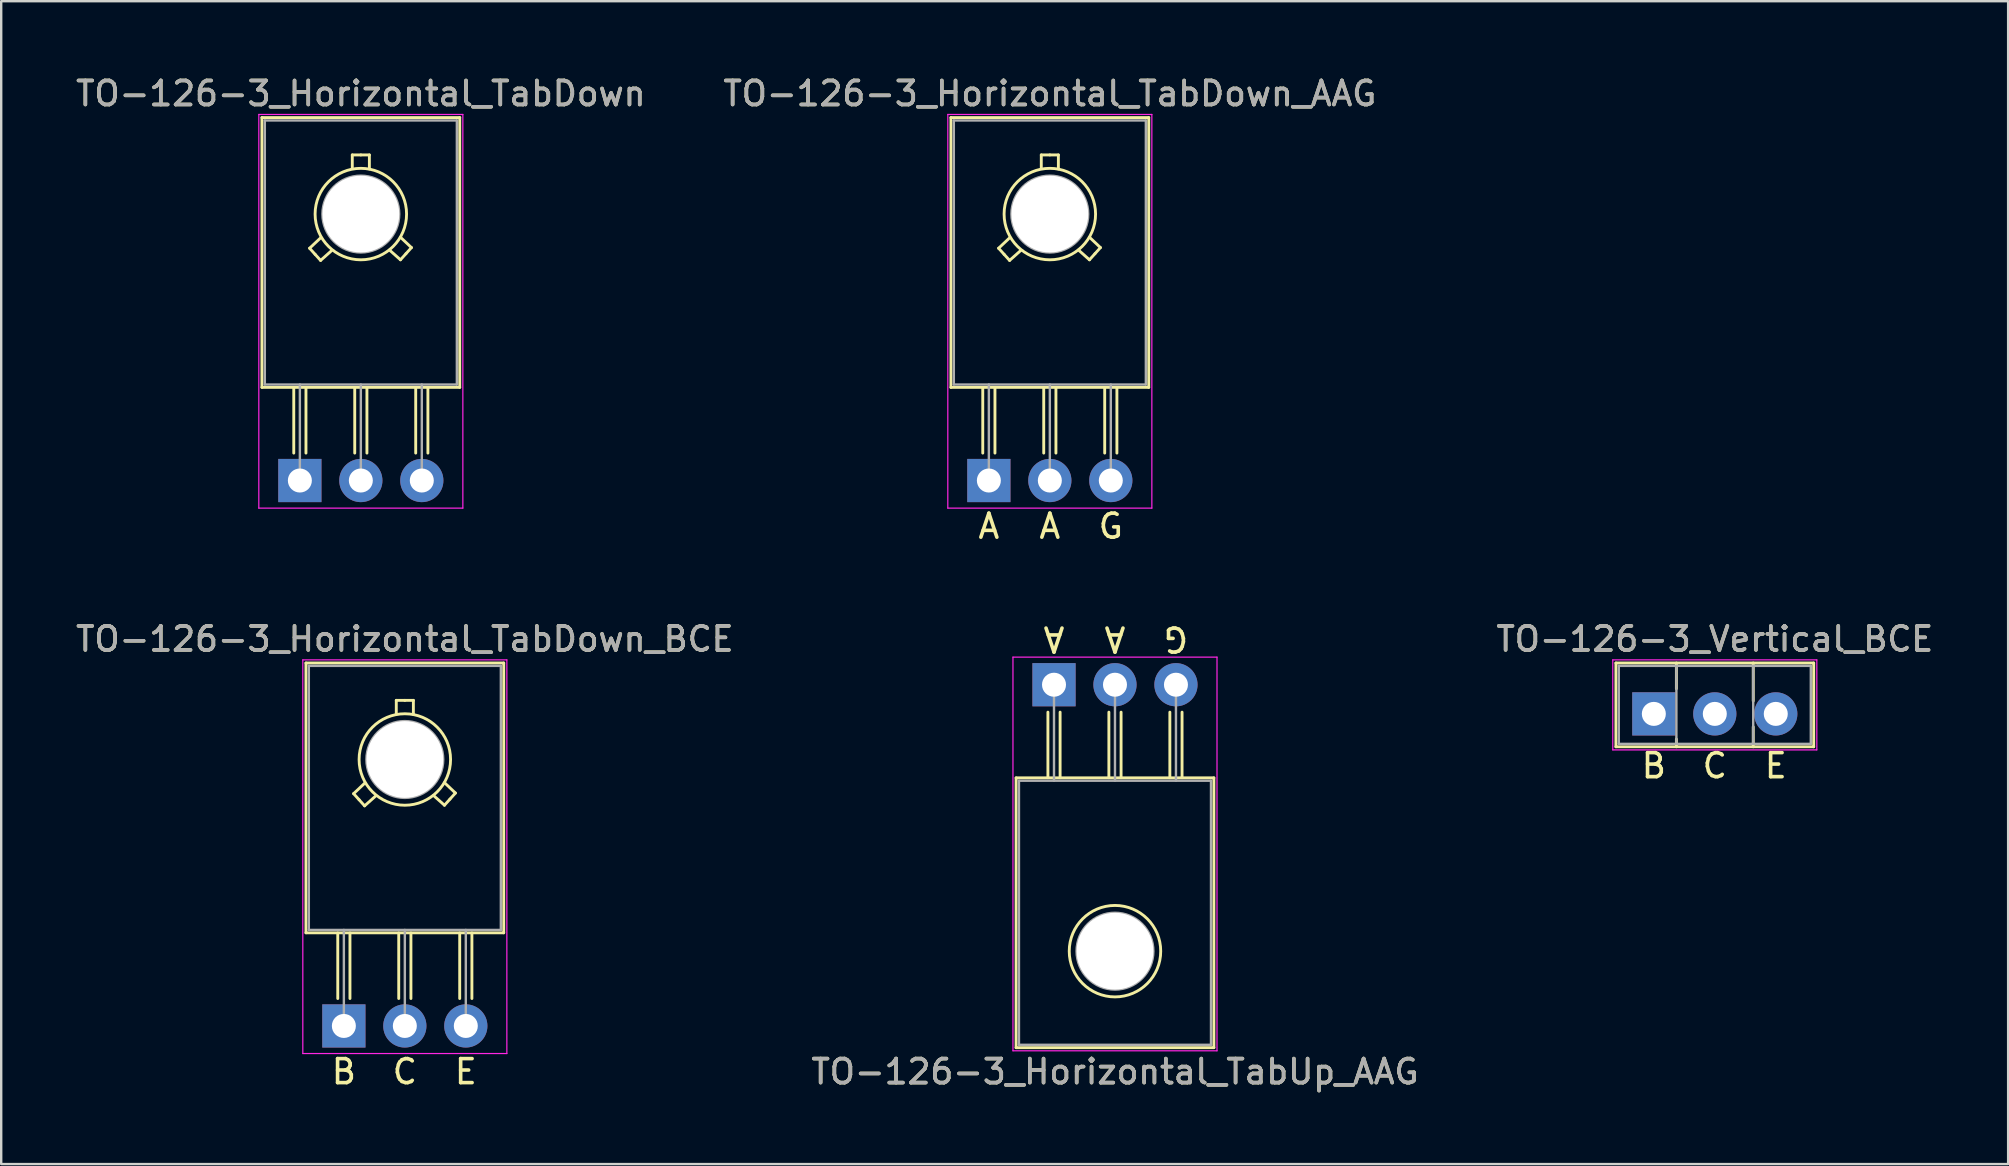
<source format=kicad_pcb>
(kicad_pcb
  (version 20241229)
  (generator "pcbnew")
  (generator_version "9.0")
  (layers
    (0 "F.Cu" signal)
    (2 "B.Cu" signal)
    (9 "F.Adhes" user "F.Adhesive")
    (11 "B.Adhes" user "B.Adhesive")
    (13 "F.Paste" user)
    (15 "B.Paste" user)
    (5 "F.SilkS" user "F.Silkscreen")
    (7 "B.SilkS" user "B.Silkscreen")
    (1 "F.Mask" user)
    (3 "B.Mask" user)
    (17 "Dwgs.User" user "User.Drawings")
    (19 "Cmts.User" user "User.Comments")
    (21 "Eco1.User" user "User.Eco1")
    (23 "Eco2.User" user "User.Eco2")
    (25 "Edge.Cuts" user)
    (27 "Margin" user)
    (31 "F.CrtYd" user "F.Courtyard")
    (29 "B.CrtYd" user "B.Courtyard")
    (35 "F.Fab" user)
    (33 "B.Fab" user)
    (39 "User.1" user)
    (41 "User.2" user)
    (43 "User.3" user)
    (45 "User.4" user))
  (footprint "TO-126-3_Horizontal_TabDown_BCE"
    (layer "F.Cu")
    (at 11.275 39.69)
    (property "Reference" "TO-126-3_Horizontal_TabDown_BCE" (at 2.54 -16.12 0) (layer "F.SilkS") (effects (font (size 1 1) (thickness 0.15))))
    (fp_line (start -1.58 -15.12) (end -1.58 -3.88) (stroke (width 0.12) (type solid)) (layer "F.SilkS"))
    (fp_line (start -1.58 -15.12) (end 6.66 -15.12) (stroke (width 0.12) (type solid)) (layer "F.SilkS"))
    (fp_line (start -1.58 -3.88) (end 6.66 -3.88) (stroke (width 0.12) (type solid)) (layer "F.SilkS"))
    (fp_line (start -0.254 -1.143) (end -0.254 -3.873) (stroke (width 0.12) (type solid)) (layer "F.SilkS"))
    (fp_line (start 0.254 -3.873) (end 0.254 -1.143) (stroke (width 0.12) (type solid)) (layer "F.SilkS"))
    (fp_line (start 0.406 -9.677) (end 0.864 -10.109) (stroke (width 0.12) (type solid)) (layer "F.SilkS"))
    (fp_line (start 0.635 -9.423) (end 0.406 -9.677) (stroke (width 0.12) (type solid)) (layer "F.SilkS"))
    (fp_line (start 0.864 -9.169) (end 0.635 -9.423) (stroke (width 0.12) (type solid)) (layer "F.SilkS"))
    (fp_line (start 0.864 -9.169) (end 1.321 -9.576) (stroke (width 0.12) (type solid)) (layer "F.SilkS"))
    (fp_line (start 2.184 -13.564) (end 2.184 -13.005) (stroke (width 0.12) (type solid)) (layer "F.SilkS"))
    (fp_line (start 2.184 -13.564) (end 2.54 -13.564) (stroke (width 0.12) (type solid)) (layer "F.SilkS"))
    (fp_line (start 2.286 -1.143) (end 2.286 -3.873) (stroke (width 0.12) (type solid)) (layer "F.SilkS"))
    (fp_line (start 2.54 -13.564) (end 2.896 -13.564) (stroke (width 0.12) (type solid)) (layer "F.SilkS"))
    (fp_line (start 2.794 -3.873) (end 2.794 -1.143) (stroke (width 0.12) (type solid)) (layer "F.SilkS"))
    (fp_line (start 2.896 -13.564) (end 2.896 -12.979) (stroke (width 0.12) (type solid)) (layer "F.SilkS"))
    (fp_line (start 4.191 -9.195) (end 3.734 -9.601) (stroke (width 0.12) (type solid)) (layer "F.SilkS"))
    (fp_line (start 4.191 -9.195) (end 4.42 -9.449) (stroke (width 0.12) (type solid)) (layer "F.SilkS"))
    (fp_line (start 4.42 -9.449) (end 4.648 -9.703) (stroke (width 0.12) (type solid)) (layer "F.SilkS"))
    (fp_line (start 4.648 -9.703) (end 4.191 -10.135) (stroke (width 0.12) (type solid)) (layer "F.SilkS"))
    (fp_line (start 4.826 -1.143) (end 4.826 -3.873) (stroke (width 0.12) (type solid)) (layer "F.SilkS"))
    (fp_line (start 5.334 -3.873) (end 5.334 -1.143) (stroke (width 0.12) (type solid)) (layer "F.SilkS"))
    (fp_line (start 6.66 -15.12) (end 6.66 -3.88) (stroke (width 0.12) (type solid)) (layer "F.SilkS"))
    (fp_circle (center 2.54 -11.1) (end 4.445 -11.125) (stroke (width 0.12) (type solid)) (fill no) (layer "F.SilkS"))
    (fp_line (start -1.71 -15.25) (end -1.71 1.15) (stroke (width 0.05) (type solid)) (layer "F.CrtYd"))
    (fp_line (start -1.71 1.15) (end 6.79 1.15) (stroke (width 0.05) (type solid)) (layer "F.CrtYd"))
    (fp_line (start 6.79 -15.25) (end -1.71 -15.25) (stroke (width 0.05) (type solid)) (layer "F.CrtYd"))
    (fp_line (start 6.79 1.15) (end 6.79 -15.25) (stroke (width 0.05) (type solid)) (layer "F.CrtYd"))
    (fp_line (start -1.46 -15) (end 6.54 -15) (stroke (width 0.1) (type solid)) (layer "F.Fab"))
    (fp_line (start -1.46 -4) (end -1.46 -15) (stroke (width 0.1) (type solid)) (layer "F.Fab"))
    (fp_line (start 0 -4) (end 0 0) (stroke (width 0.1) (type solid)) (layer "F.Fab"))
    (fp_line (start 2.54 -4) (end 2.54 0) (stroke (width 0.1) (type solid)) (layer "F.Fab"))
    (fp_line (start 5.08 -4) (end 5.08 0) (stroke (width 0.1) (type solid)) (layer "F.Fab"))
    (fp_line (start 6.54 -15) (end 6.54 -4) (stroke (width 0.1) (type solid)) (layer "F.Fab"))
    (fp_line (start 6.54 -4) (end -1.46 -4) (stroke (width 0.1) (type solid)) (layer "F.Fab"))
    (fp_circle (center 2.54 -11.1) (end 4.14 -11.1) (stroke (width 0.1) (type solid)) (fill no) (layer "F.Fab"))
    (fp_text user "E" (at 5.08 1.905 0) (unlocked yes) (layer "F.SilkS") (effects (font (size 1 1) (thickness 0.15))))
    (fp_text user "C" (at 2.54 1.905 0) (unlocked yes) (layer "F.SilkS") (effects (font (size 1 1) (thickness 0.15))))
    (fp_text user "B" (at 0 1.905 0) (unlocked yes) (layer "F.SilkS") (effects (font (size 1 1) (thickness 0.15))))
    (fp_text user "${REFERENCE}" (at 2.54 -16.12 0) (layer "F.Fab") (effects (font (size 1 1) (thickness 0.15))))
    (pad "" np_thru_hole oval (at 2.54 -11.1) (size 3.2 3.2) (drill 3.2) (layers "*.Cu" "*.Mask"))
    (pad "1" thru_hole rect (at 0 0) (size 1.8 1.8) (drill 1) (layers "*.Cu" "*.Mask"))
    (pad "2" thru_hole oval (at 2.54 0) (size 1.8 1.8) (drill 1) (layers "*.Cu" "*.Mask"))
    (pad "3" thru_hole oval (at 5.08 0) (size 1.8 1.8) (drill 1) (layers "*.Cu" "*.Mask")))
  (footprint "TO-126-3_Vertical_BCE"
    (layer "F.Cu")
    (at 65.847 26.69)
    (property "Reference" "TO-126-3_Vertical_BCE" (at 2.54 -3.12 0) (layer "F.SilkS") (effects (font (size 1 1) (thickness 0.15))))
    (fp_line (start -1.58 -2.12) (end -1.58 1.37) (stroke (width 0.12) (type solid)) (layer "F.SilkS"))
    (fp_line (start -1.58 -2.12) (end 6.66 -2.12) (stroke (width 0.12) (type solid)) (layer "F.SilkS"))
    (fp_line (start -1.58 1.37) (end 6.66 1.37) (stroke (width 0.12) (type solid)) (layer "F.SilkS"))
    (fp_line (start 0.94 -2.12) (end 0.94 -1.05) (stroke (width 0.12) (type solid)) (layer "F.SilkS"))
    (fp_line (start 0.94 1.05) (end 0.94 1.37) (stroke (width 0.12) (type solid)) (layer "F.SilkS"))
    (fp_line (start 4.141 -2.12) (end 4.141 -0.54) (stroke (width 0.12) (type solid)) (layer "F.SilkS"))
    (fp_line (start 4.141 0.54) (end 4.141 1.37) (stroke (width 0.12) (type solid)) (layer "F.SilkS"))
    (fp_line (start 6.66 -2.12) (end 6.66 1.37) (stroke (width 0.12) (type solid)) (layer "F.SilkS"))
    (fp_line (start -1.71 -2.25) (end -1.71 1.5) (stroke (width 0.05) (type solid)) (layer "F.CrtYd"))
    (fp_line (start -1.71 1.5) (end 6.79 1.5) (stroke (width 0.05) (type solid)) (layer "F.CrtYd"))
    (fp_line (start 6.79 -2.25) (end -1.71 -2.25) (stroke (width 0.05) (type solid)) (layer "F.CrtYd"))
    (fp_line (start 6.79 1.5) (end 6.79 -2.25) (stroke (width 0.05) (type solid)) (layer "F.CrtYd"))
    (fp_line (start -1.46 -2) (end -1.46 1.25) (stroke (width 0.1) (type solid)) (layer "F.Fab"))
    (fp_line (start -1.46 1.25) (end 6.54 1.25) (stroke (width 0.1) (type solid)) (layer "F.Fab"))
    (fp_line (start 0.94 -2) (end 0.94 1.25) (stroke (width 0.1) (type solid)) (layer "F.Fab"))
    (fp_line (start 4.14 -2) (end 4.14 1.25) (stroke (width 0.1) (type solid)) (layer "F.Fab"))
    (fp_line (start 6.54 -2) (end -1.46 -2) (stroke (width 0.1) (type solid)) (layer "F.Fab"))
    (fp_line (start 6.54 1.25) (end 6.54 -2) (stroke (width 0.1) (type solid)) (layer "F.Fab"))
    (fp_text user "E" (at 5.08 2.159 0) (unlocked yes) (layer "F.SilkS") (effects (font (size 1 1) (thickness 0.15))))
    (fp_text user "B" (at 0 2.159 0) (unlocked yes) (layer "F.SilkS") (effects (font (size 1 1) (thickness 0.15))))
    (fp_text user "C" (at 2.54 2.159 0) (unlocked yes) (layer "F.SilkS") (effects (font (size 1 1) (thickness 0.15))))
    (fp_text user "${REFERENCE}" (at 2.54 -3.12 0) (layer "F.Fab") (effects (font (size 1 1) (thickness 0.15))))
    (pad "1" thru_hole rect (at 0 0) (size 1.8 1.8) (drill 1) (layers "*.Cu" "*.Mask"))
    (pad "2" thru_hole oval (at 2.54 0) (size 1.8 1.8) (drill 1) (layers "*.Cu" "*.Mask"))
    (pad "3" thru_hole oval (at 5.08 0) (size 1.8 1.8) (drill 1) (layers "*.Cu" "*.Mask")))
  (footprint "TO-126-3_Horizontal_TabUp_AAG"
    (layer "F.Cu")
    (at 40.859 25.475)
    (property "Reference" "TO-126-3_Horizontal_TabUp_AAG" (at 2.54 16.12 0) (layer "F.SilkS") (effects (font (size 1 1) (thickness 0.15))))
    (fp_line (start -1.58 3.88) (end -1.58 15.12) (stroke (width 0.12) (type solid)) (layer "F.SilkS"))
    (fp_line (start -1.58 3.88) (end 6.66 3.88) (stroke (width 0.12) (type solid)) (layer "F.SilkS"))
    (fp_line (start -1.58 15.12) (end 6.66 15.12) (stroke (width 0.12) (type solid)) (layer "F.SilkS"))
    (fp_line (start -0.254 3.873) (end -0.254 1.143) (stroke (width 0.12) (type solid)) (layer "F.SilkS"))
    (fp_line (start 0.254 1.143) (end 0.254 3.873) (stroke (width 0.12) (type solid)) (layer "F.SilkS"))
    (fp_line (start 2.286 3.873) (end 2.286 1.143) (stroke (width 0.12) (type solid)) (layer "F.SilkS"))
    (fp_line (start 2.794 1.143) (end 2.794 3.873) (stroke (width 0.12) (type solid)) (layer "F.SilkS"))
    (fp_line (start 4.826 3.873) (end 4.826 1.143) (stroke (width 0.12) (type solid)) (layer "F.SilkS"))
    (fp_line (start 5.334 1.143) (end 5.334 3.873) (stroke (width 0.12) (type solid)) (layer "F.SilkS"))
    (fp_line (start 6.66 3.88) (end 6.66 15.12) (stroke (width 0.12) (type solid)) (layer "F.SilkS"))
    (fp_circle (center 2.54 11.1) (end 0.635 11.125) (stroke (width 0.12) (type solid)) (fill no) (layer "F.SilkS"))
    (fp_line (start -1.71 -1.15) (end -1.71 15.25) (stroke (width 0.05) (type solid)) (layer "F.CrtYd"))
    (fp_line (start -1.71 15.25) (end 6.79 15.25) (stroke (width 0.05) (type solid)) (layer "F.CrtYd"))
    (fp_line (start 6.79 -1.15) (end -1.71 -1.15) (stroke (width 0.05) (type solid)) (layer "F.CrtYd"))
    (fp_line (start 6.79 15.25) (end 6.79 -1.15) (stroke (width 0.05) (type solid)) (layer "F.CrtYd"))
    (fp_line (start -1.46 4) (end -1.46 15) (stroke (width 0.1) (type solid)) (layer "F.Fab"))
    (fp_line (start -1.46 15) (end 6.54 15) (stroke (width 0.1) (type solid)) (layer "F.Fab"))
    (fp_line (start 0 4) (end 0 0) (stroke (width 0.1) (type solid)) (layer "F.Fab"))
    (fp_line (start 2.54 4) (end 2.54 0) (stroke (width 0.1) (type solid)) (layer "F.Fab"))
    (fp_line (start 5.08 4) (end 5.08 0) (stroke (width 0.1) (type solid)) (layer "F.Fab"))
    (fp_line (start 6.54 4) (end -1.46 4) (stroke (width 0.1) (type solid)) (layer "F.Fab"))
    (fp_line (start 6.54 15) (end 6.54 4) (stroke (width 0.1) (type solid)) (layer "F.Fab"))
    (fp_circle (center 2.54 11.1) (end 4.14 11.1) (stroke (width 0.1) (type solid)) (fill no) (layer "F.Fab"))
    (fp_text user "A" (at 2.54 -1.905 180) (unlocked yes) (layer "F.SilkS") (effects (font (size 1 1) (thickness 0.15))))
    (fp_text user "G" (at 5.08 -1.905 180) (unlocked yes) (layer "F.SilkS") (effects (font (size 1 1) (thickness 0.15))))
    (fp_text user "A" (at 0 -1.905 180) (unlocked yes) (layer "F.SilkS") (effects (font (size 1 1) (thickness 0.15))))
    (fp_text user "${REFERENCE}" (at 2.54 16.12 0) (layer "F.Fab") (effects (font (size 1 1) (thickness 0.15))))
    (pad "" np_thru_hole oval (at 2.54 11.1) (size 3.2 3.2) (drill 3.2) (layers "*.Cu" "*.Mask"))
    (pad "1" thru_hole rect (at 0 0) (size 1.8 1.8) (drill 1) (layers "*.Cu" "*.Mask"))
    (pad "2" thru_hole oval (at 2.54 0) (size 1.8 1.8) (drill 1) (layers "*.Cu" "*.Mask"))
    (pad "3" thru_hole oval (at 5.08 0) (size 1.8 1.8) (drill 1) (layers "*.Cu" "*.Mask")))
  (footprint "TO-126-3_Horizontal_TabDown"
    (layer "F.Cu")
    (at 9.442 16.968)
    (property "Reference" "TO-126-3_Horizontal_TabDown" (at 2.54 -16.12 0) (layer "F.SilkS") (effects (font (size 1 1) (thickness 0.15))))
    (attr through_hole)
    (fp_line (start -1.58 -15.12) (end -1.58 -3.88) (stroke (width 0.12) (type solid)) (layer "F.SilkS"))
    (fp_line (start -1.58 -15.12) (end 6.66 -15.12) (stroke (width 0.12) (type solid)) (layer "F.SilkS"))
    (fp_line (start -1.58 -3.88) (end 6.66 -3.88) (stroke (width 0.12) (type solid)) (layer "F.SilkS"))
    (fp_line (start -0.254 -1.143) (end -0.254 -3.873) (stroke (width 0.12) (type solid)) (layer "F.SilkS"))
    (fp_line (start 0.254 -3.873) (end 0.254 -1.143) (stroke (width 0.12) (type solid)) (layer "F.SilkS"))
    (fp_line (start 0.406 -9.677) (end 0.864 -10.109) (stroke (width 0.12) (type solid)) (layer "F.SilkS"))
    (fp_line (start 0.635 -9.423) (end 0.406 -9.677) (stroke (width 0.12) (type solid)) (layer "F.SilkS"))
    (fp_line (start 0.864 -9.169) (end 0.635 -9.423) (stroke (width 0.12) (type solid)) (layer "F.SilkS"))
    (fp_line (start 0.864 -9.169) (end 1.321 -9.576) (stroke (width 0.12) (type solid)) (layer "F.SilkS"))
    (fp_line (start 2.184 -13.564) (end 2.184 -13.005) (stroke (width 0.12) (type solid)) (layer "F.SilkS"))
    (fp_line (start 2.184 -13.564) (end 2.54 -13.564) (stroke (width 0.12) (type solid)) (layer "F.SilkS"))
    (fp_line (start 2.286 -1.143) (end 2.286 -3.873) (stroke (width 0.12) (type solid)) (layer "F.SilkS"))
    (fp_line (start 2.54 -13.564) (end 2.896 -13.564) (stroke (width 0.12) (type solid)) (layer "F.SilkS"))
    (fp_line (start 2.794 -3.873) (end 2.794 -1.143) (stroke (width 0.12) (type solid)) (layer "F.SilkS"))
    (fp_line (start 2.896 -13.564) (end 2.896 -12.979) (stroke (width 0.12) (type solid)) (layer "F.SilkS"))
    (fp_line (start 4.191 -9.195) (end 3.734 -9.601) (stroke (width 0.12) (type solid)) (layer "F.SilkS"))
    (fp_line (start 4.191 -9.195) (end 4.42 -9.449) (stroke (width 0.12) (type solid)) (layer "F.SilkS"))
    (fp_line (start 4.42 -9.449) (end 4.648 -9.703) (stroke (width 0.12) (type solid)) (layer "F.SilkS"))
    (fp_line (start 4.648 -9.703) (end 4.191 -10.135) (stroke (width 0.12) (type solid)) (layer "F.SilkS"))
    (fp_line (start 4.826 -1.143) (end 4.826 -3.873) (stroke (width 0.12) (type solid)) (layer "F.SilkS"))
    (fp_line (start 5.334 -3.873) (end 5.334 -1.143) (stroke (width 0.12) (type solid)) (layer "F.SilkS"))
    (fp_line (start 6.66 -15.12) (end 6.66 -3.88) (stroke (width 0.12) (type solid)) (layer "F.SilkS"))
    (fp_circle (center 2.54 -11.1) (end 4.445 -11.125) (stroke (width 0.12) (type solid)) (fill no) (layer "F.SilkS"))
    (fp_line (start -1.71 -15.25) (end -1.71 1.15) (stroke (width 0.05) (type solid)) (layer "F.CrtYd"))
    (fp_line (start -1.71 1.15) (end 6.79 1.15) (stroke (width 0.05) (type solid)) (layer "F.CrtYd"))
    (fp_line (start 6.79 -15.25) (end -1.71 -15.25) (stroke (width 0.05) (type solid)) (layer "F.CrtYd"))
    (fp_line (start 6.79 1.15) (end 6.79 -15.25) (stroke (width 0.05) (type solid)) (layer "F.CrtYd"))
    (fp_line (start -1.46 -15) (end 6.54 -15) (stroke (width 0.1) (type solid)) (layer "F.Fab"))
    (fp_line (start -1.46 -4) (end -1.46 -15) (stroke (width 0.1) (type solid)) (layer "F.Fab"))
    (fp_line (start 0 -4) (end 0 0) (stroke (width 0.1) (type solid)) (layer "F.Fab"))
    (fp_line (start 2.54 -4) (end 2.54 0) (stroke (width 0.1) (type solid)) (layer "F.Fab"))
    (fp_line (start 5.08 -4) (end 5.08 0) (stroke (width 0.1) (type solid)) (layer "F.Fab"))
    (fp_line (start 6.54 -15) (end 6.54 -4) (stroke (width 0.1) (type solid)) (layer "F.Fab"))
    (fp_line (start 6.54 -4) (end -1.46 -4) (stroke (width 0.1) (type solid)) (layer "F.Fab"))
    (fp_circle (center 2.54 -11.1) (end 4.14 -11.1) (stroke (width 0.1) (type solid)) (fill no) (layer "F.Fab"))
    (fp_text user "${REFERENCE}" (at 2.54 -16.12 0) (layer "F.Fab") (effects (font (size 1 1) (thickness 0.15))))
    (pad "" np_thru_hole oval (at 2.54 -11.1) (size 3.2 3.2) (drill 3.2) (layers "*.Cu" "*.Mask"))
    (pad "1" thru_hole rect (at 0 0) (size 1.8 1.8) (drill 1) (layers "*.Cu" "*.Mask"))
    (pad "2" thru_hole oval (at 2.54 0) (size 1.8 1.8) (drill 1) (layers "*.Cu" "*.Mask"))
    (pad "3" thru_hole oval (at 5.08 0) (size 1.8 1.8) (drill 1) (layers "*.Cu" "*.Mask")))
  (footprint "TO-126-3_Horizontal_TabDown_AAG"
    (layer "F.Cu")
    (at 38.145 16.968)
    (property "Reference" "TO-126-3_Horizontal_TabDown_AAG" (at 2.54 -16.12 0) (layer "F.SilkS") (effects (font (size 1 1) (thickness 0.15))))
    (fp_line (start -1.58 -15.12) (end -1.58 -3.88) (stroke (width 0.12) (type solid)) (layer "F.SilkS"))
    (fp_line (start -1.58 -15.12) (end 6.66 -15.12) (stroke (width 0.12) (type solid)) (layer "F.SilkS"))
    (fp_line (start -1.58 -3.88) (end 6.66 -3.88) (stroke (width 0.12) (type solid)) (layer "F.SilkS"))
    (fp_line (start -0.254 -1.143) (end -0.254 -3.873) (stroke (width 0.12) (type solid)) (layer "F.SilkS"))
    (fp_line (start 0.254 -3.873) (end 0.254 -1.143) (stroke (width 0.12) (type solid)) (layer "F.SilkS"))
    (fp_line (start 0.406 -9.677) (end 0.864 -10.109) (stroke (width 0.12) (type solid)) (layer "F.SilkS"))
    (fp_line (start 0.635 -9.423) (end 0.406 -9.677) (stroke (width 0.12) (type solid)) (layer "F.SilkS"))
    (fp_line (start 0.864 -9.169) (end 0.635 -9.423) (stroke (width 0.12) (type solid)) (layer "F.SilkS"))
    (fp_line (start 0.864 -9.169) (end 1.321 -9.576) (stroke (width 0.12) (type solid)) (layer "F.SilkS"))
    (fp_line (start 2.184 -13.564) (end 2.184 -13.005) (stroke (width 0.12) (type solid)) (layer "F.SilkS"))
    (fp_line (start 2.184 -13.564) (end 2.54 -13.564) (stroke (width 0.12) (type solid)) (layer "F.SilkS"))
    (fp_line (start 2.286 -1.143) (end 2.286 -3.873) (stroke (width 0.12) (type solid)) (layer "F.SilkS"))
    (fp_line (start 2.54 -13.564) (end 2.896 -13.564) (stroke (width 0.12) (type solid)) (layer "F.SilkS"))
    (fp_line (start 2.794 -3.873) (end 2.794 -1.143) (stroke (width 0.12) (type solid)) (layer "F.SilkS"))
    (fp_line (start 2.896 -13.564) (end 2.896 -12.979) (stroke (width 0.12) (type solid)) (layer "F.SilkS"))
    (fp_line (start 4.191 -9.195) (end 3.734 -9.601) (stroke (width 0.12) (type solid)) (layer "F.SilkS"))
    (fp_line (start 4.191 -9.195) (end 4.42 -9.449) (stroke (width 0.12) (type solid)) (layer "F.SilkS"))
    (fp_line (start 4.42 -9.449) (end 4.648 -9.703) (stroke (width 0.12) (type solid)) (layer "F.SilkS"))
    (fp_line (start 4.648 -9.703) (end 4.191 -10.135) (stroke (width 0.12) (type solid)) (layer "F.SilkS"))
    (fp_line (start 4.826 -1.143) (end 4.826 -3.873) (stroke (width 0.12) (type solid)) (layer "F.SilkS"))
    (fp_line (start 5.334 -3.873) (end 5.334 -1.143) (stroke (width 0.12) (type solid)) (layer "F.SilkS"))
    (fp_line (start 6.66 -15.12) (end 6.66 -3.88) (stroke (width 0.12) (type solid)) (layer "F.SilkS"))
    (fp_circle (center 2.54 -11.1) (end 4.445 -11.125) (stroke (width 0.12) (type solid)) (fill no) (layer "F.SilkS"))
    (fp_line (start -1.71 -15.25) (end -1.71 1.15) (stroke (width 0.05) (type solid)) (layer "F.CrtYd"))
    (fp_line (start -1.71 1.15) (end 6.79 1.15) (stroke (width 0.05) (type solid)) (layer "F.CrtYd"))
    (fp_line (start 6.79 -15.25) (end -1.71 -15.25) (stroke (width 0.05) (type solid)) (layer "F.CrtYd"))
    (fp_line (start 6.79 1.15) (end 6.79 -15.25) (stroke (width 0.05) (type solid)) (layer "F.CrtYd"))
    (fp_line (start -1.46 -15) (end 6.54 -15) (stroke (width 0.1) (type solid)) (layer "F.Fab"))
    (fp_line (start -1.46 -4) (end -1.46 -15) (stroke (width 0.1) (type solid)) (layer "F.Fab"))
    (fp_line (start 0 -4) (end 0 0) (stroke (width 0.1) (type solid)) (layer "F.Fab"))
    (fp_line (start 2.54 -4) (end 2.54 0) (stroke (width 0.1) (type solid)) (layer "F.Fab"))
    (fp_line (start 5.08 -4) (end 5.08 0) (stroke (width 0.1) (type solid)) (layer "F.Fab"))
    (fp_line (start 6.54 -15) (end 6.54 -4) (stroke (width 0.1) (type solid)) (layer "F.Fab"))
    (fp_line (start 6.54 -4) (end -1.46 -4) (stroke (width 0.1) (type solid)) (layer "F.Fab"))
    (fp_circle (center 2.54 -11.1) (end 4.14 -11.1) (stroke (width 0.1) (type solid)) (fill no) (layer "F.Fab"))
    (fp_text user "G" (at 5.08 1.905 0) (unlocked yes) (layer "F.SilkS") (effects (font (size 1 1) (thickness 0.15))))
    (fp_text user "A" (at 0 1.905 0) (unlocked yes) (layer "F.SilkS") (effects (font (size 1 1) (thickness 0.15))))
    (fp_text user "A" (at 2.54 1.905 0) (unlocked yes) (layer "F.SilkS") (effects (font (size 1 1) (thickness 0.15))))
    (fp_text user "${REFERENCE}" (at 2.54 -16.12 0) (layer "F.Fab") (effects (font (size 1 1) (thickness 0.15))))
    (pad "" np_thru_hole oval (at 2.54 -11.1) (size 3.2 3.2) (drill 3.2) (layers "*.Cu" "*.Mask"))
    (pad "1" thru_hole rect (at 0 0) (size 1.8 1.8) (drill 1) (layers "*.Cu" "*.Mask"))
    (pad "2" thru_hole oval (at 2.54 0) (size 1.8 1.8) (drill 1) (layers "*.Cu" "*.Mask"))
    (pad "3" thru_hole oval (at 5.08 0) (size 1.8 1.8) (drill 1) (layers "*.Cu" "*.Mask")))
  (gr_rect
    (start -3 -3)
    (end 80.607 45.443)
    (stroke (width 0.1) (type default))
    (fill no)
    (layer "Edge.Cuts")))
</source>
